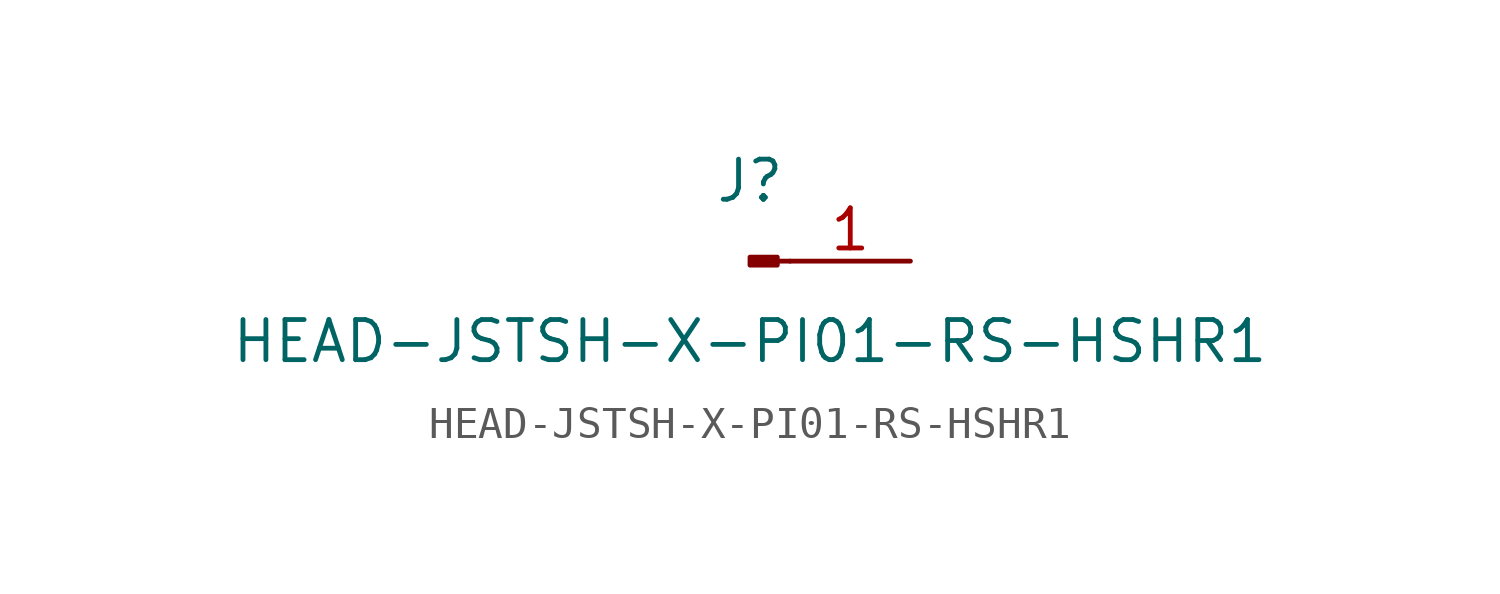
<source format=kicad_sym>
(kicad_symbol_lib
  (version 20211014)
  (generator kicad_symbol_editor)
  (symbol "HEAD-JSTSH-X-PI01-RS-HSHR1"
    (pin_names
      (offset 1.016) hide)
    (property "Reference" "J"
      (at 0 2.54 0)
      (effects (font (size 1.27 1.27))))
    (property "Value" "HEAD-JSTSH-X-PI01-RS-HSHR1"
      (at 0 -2.54 0)
      (effects (font (size 1.27 1.27))))
    (symbol "HEAD-JSTSH-X-PI01-RS-HSHR1_1_1"
      (polyline (pts (xy 1.27 0) (xy 0.864 0)) (stroke (width 0.152) (type default) (color 0 0 0 0)) (fill (type none)))
      (rectangle (start 0.864 0.127) (end 0 -0.127) (stroke (width 0.152) (type default) (color 0 0 0 0)) (fill (type outline)))
      (pin passive line (at 5.08 0 180) (length 3.81) (name "Pin_1" (effects (font (size 1.27 1.27)))) (number "1" (effects (font (size 1.27 1.27))))))))
</source>
